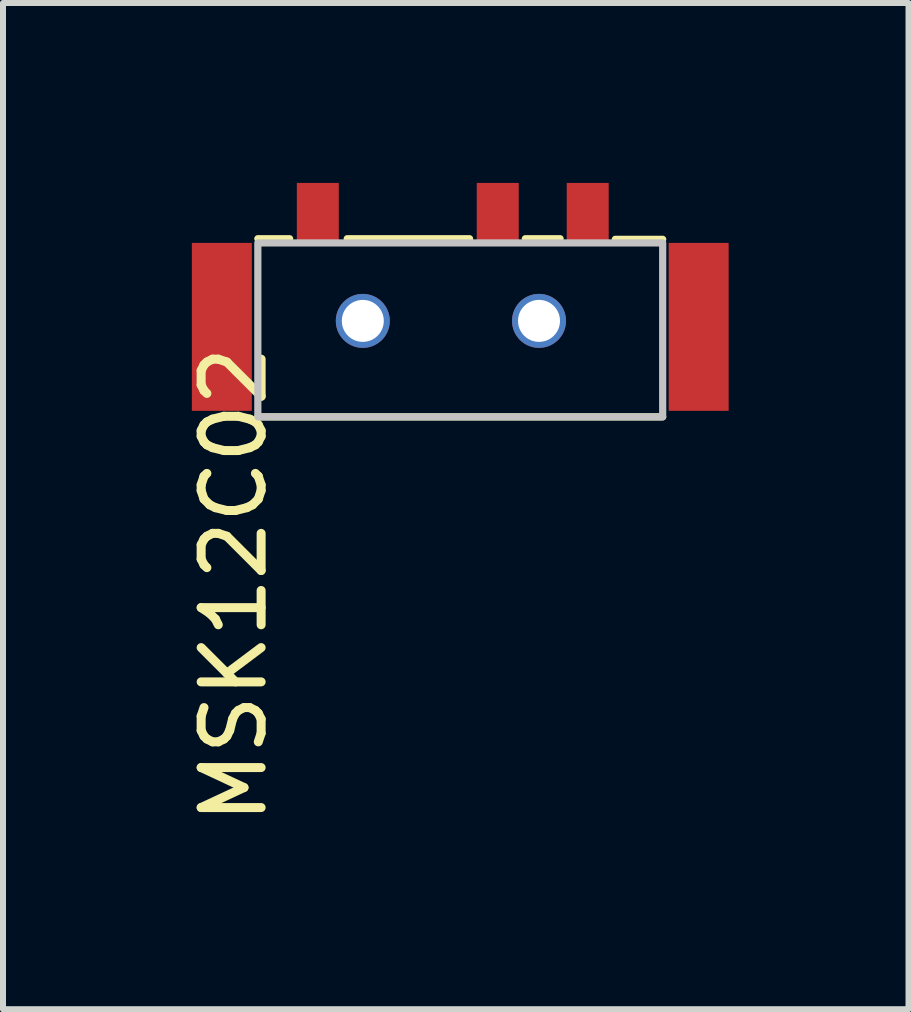
<source format=kicad_pcb>
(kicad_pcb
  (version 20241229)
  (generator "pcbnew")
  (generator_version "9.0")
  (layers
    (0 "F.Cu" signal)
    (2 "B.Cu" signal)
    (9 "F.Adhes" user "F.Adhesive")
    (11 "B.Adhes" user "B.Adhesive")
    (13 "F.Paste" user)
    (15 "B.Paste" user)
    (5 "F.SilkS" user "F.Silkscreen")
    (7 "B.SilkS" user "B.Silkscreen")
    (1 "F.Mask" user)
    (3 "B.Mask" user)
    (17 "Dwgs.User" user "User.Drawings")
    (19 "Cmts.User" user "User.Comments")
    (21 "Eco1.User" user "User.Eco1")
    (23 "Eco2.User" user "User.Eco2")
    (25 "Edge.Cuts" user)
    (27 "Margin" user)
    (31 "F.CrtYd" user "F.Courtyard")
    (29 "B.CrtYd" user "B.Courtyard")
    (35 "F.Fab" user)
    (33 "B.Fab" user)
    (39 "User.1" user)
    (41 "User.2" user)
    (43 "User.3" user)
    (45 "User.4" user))
  (footprint "MSK12C02"
    (layer "F.Cu")
    (at 4.468 2.3)
    (property "Reference" "MSK12C02" (at -3.619 4.4 90) (layer "F.SilkS") (effects (font (size 1 1) (thickness 0.15))))
    (attr through_hole)
    (fp_line (start -2.689 -1.37) (end -3.219 -1.37) (stroke (width 0.12) (type solid)) (layer "F.SilkS"))
    (fp_line (start -1.729 -1.37) (end 0.311 -1.37) (stroke (width 0.12) (type solid)) (layer "F.SilkS"))
    (fp_line (start 1.241 -1.37) (end 1.821 -1.37) (stroke (width 0.12) (type solid)) (layer "F.SilkS"))
    (fp_line (start 2.741 -1.36) (end 3.531 -1.36) (stroke (width 0.12) (type solid)) (layer "F.SilkS"))
    (fp_line (start 3.531 1.6) (end -3.219 1.6) (stroke (width 0.12) (type solid)) (layer "F.SilkS"))
    (fp_rect (start -3.219 -1.3) (end 3.531 1.6) (stroke (width 0.12) (type solid)) (fill no) (layer "Dwgs.User"))
    (pad "" np_thru_hole circle (at -1.469 0.0002 90) (size 0.9 0.9) (drill 0.7) (layers "*.Cu" "*.Mask"))
    (pad "" np_thru_hole circle (at 1.469 0 90) (size 0.9 0.9) (drill 0.7) (layers "*.Cu" "*.Mask"))
    (pad "1" smd rect (at -2.219 -1.8 180) (size 0.7 1) (layers "F.Cu" "F.Mask" "F.Paste"))
    (pad "2" smd rect (at 0.781 -1.8 180) (size 0.7 1) (layers "F.Cu" "F.Mask" "F.Paste"))
    (pad "3" smd rect (at 2.281 -1.8 180) (size 0.7 1) (layers "F.Cu" "F.Mask" "F.Paste"))
    (pad "NC" smd rect (at -3.819 0.1 90) (size 2.8 1) (layers "F.Cu" "F.Mask" "F.Paste"))
    (pad "NC" smd rect (at 4.131 0.1 90) (size 2.8 1) (layers "F.Cu" "F.Mask" "F.Paste")))
  (gr_rect
    (start -3 -3)
    (end 12.098 13.777)
    (stroke (width 0.1) (type default))
    (fill no)
    (layer "Edge.Cuts")))
</source>
